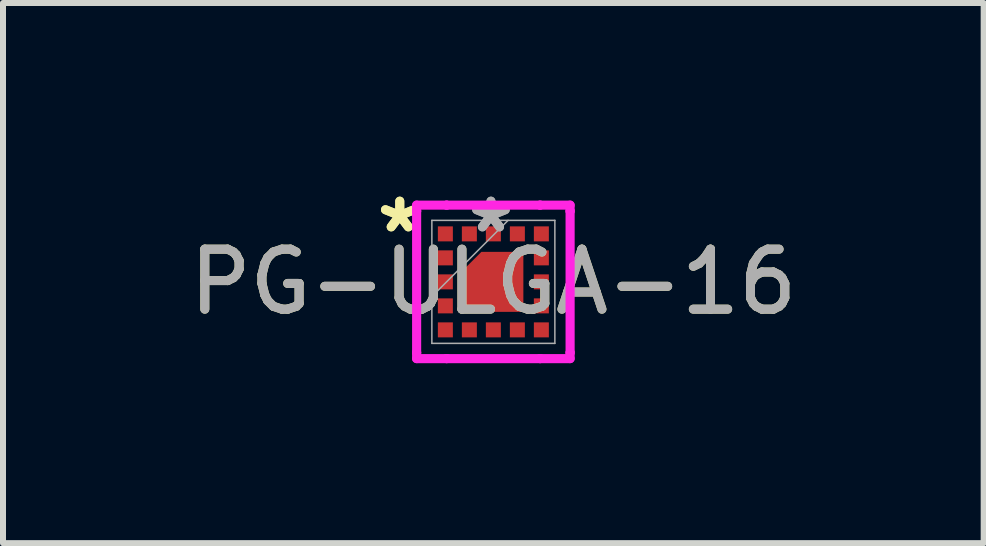
<source format=kicad_pcb>
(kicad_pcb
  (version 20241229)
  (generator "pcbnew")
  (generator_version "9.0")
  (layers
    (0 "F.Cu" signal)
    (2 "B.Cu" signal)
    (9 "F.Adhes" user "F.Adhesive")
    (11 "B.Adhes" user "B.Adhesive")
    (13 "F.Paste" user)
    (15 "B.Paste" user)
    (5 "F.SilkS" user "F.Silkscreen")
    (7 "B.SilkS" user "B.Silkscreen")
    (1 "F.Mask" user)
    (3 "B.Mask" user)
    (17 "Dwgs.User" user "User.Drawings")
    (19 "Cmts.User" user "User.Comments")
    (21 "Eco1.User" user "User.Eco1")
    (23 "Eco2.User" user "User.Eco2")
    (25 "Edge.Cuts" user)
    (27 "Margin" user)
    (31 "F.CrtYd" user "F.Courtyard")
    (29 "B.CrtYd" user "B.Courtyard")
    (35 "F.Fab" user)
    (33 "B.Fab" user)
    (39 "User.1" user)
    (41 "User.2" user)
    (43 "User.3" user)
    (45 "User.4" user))
  (footprint "PG-ULGA-16"
    (layer "F.Cu")
    (at 5.173 1.648)
    (property "Reference" "PG-ULGA-16" (at 0 0 0) (unlocked yes) (layer "F.SilkS") (effects (font (size 1 1) (thickness 0.15))))
    (attr smd)
    (fp_poly (pts (xy -0.5 -0.2) (xy -0.5 0.5) (xy 0.5 0.5) (xy 0.5 -0.5) (xy -0.2 -0.5)) (stroke (width 0) (type solid)) (fill yes) (layer "F.Cu"))
    (fp_poly (pts (xy -0.5 -0.2) (xy -0.5 0.5) (xy 0.5 0.5) (xy 0.5 -0.5) (xy -0.2 -0.5)) (stroke (width 0) (type solid)) (fill yes) (layer "F.Mask"))
    (fp_poly (pts (xy -0.425 -0.15) (xy -0.425 0.425) (xy 0.425 0.425) (xy 0.425 -0.425) (xy -0.15 -0.425)) (stroke (width 0) (type solid)) (fill yes) (layer "F.Paste"))
    (fp_poly (pts (xy -0.675 -0.8) (xy -0.677 -0.824) (xy -0.685 -0.848) (xy -0.696 -0.869) (xy -0.712 -0.888) (xy -0.731 -0.904) (xy -0.752 -0.915) (xy -0.776 -0.923) (xy -0.8 -0.925) (xy -0.824 -0.923) (xy -0.848 -0.915) (xy -0.869 -0.904) (xy -0.888 -0.888) (xy -0.904 -0.869) (xy -0.915 -0.848) (xy -0.923 -0.824) (xy -0.925 -0.8) (xy -0.923 -0.776) (xy -0.915 -0.752) (xy -0.904 -0.731) (xy -0.888 -0.712) (xy -0.869 -0.696) (xy -0.848 -0.685) (xy -0.824 -0.677) (xy -0.8 -0.675) (xy -0.776 -0.677) (xy -0.752 -0.685) (xy -0.731 -0.696) (xy -0.712 -0.712) (xy -0.696 -0.731) (xy -0.685 -0.752) (xy -0.677 -0.776)) (stroke (width 0) (type solid)) (fill yes) (layer "F.Paste"))
    (fp_poly (pts (xy -0.675 -0.4) (xy -0.677 -0.424) (xy -0.685 -0.448) (xy -0.696 -0.469) (xy -0.712 -0.488) (xy -0.731 -0.504) (xy -0.752 -0.515) (xy -0.776 -0.523) (xy -0.8 -0.525) (xy -0.824 -0.523) (xy -0.848 -0.515) (xy -0.869 -0.504) (xy -0.888 -0.488) (xy -0.904 -0.469) (xy -0.915 -0.448) (xy -0.923 -0.424) (xy -0.925 -0.4) (xy -0.923 -0.376) (xy -0.915 -0.352) (xy -0.904 -0.331) (xy -0.888 -0.312) (xy -0.869 -0.296) (xy -0.848 -0.285) (xy -0.824 -0.277) (xy -0.8 -0.275) (xy -0.776 -0.277) (xy -0.752 -0.285) (xy -0.731 -0.296) (xy -0.712 -0.312) (xy -0.696 -0.331) (xy -0.685 -0.352) (xy -0.677 -0.376)) (stroke (width 0) (type solid)) (fill yes) (layer "F.Paste"))
    (fp_poly (pts (xy -0.675 0) (xy -0.677 -0.024) (xy -0.685 -0.048) (xy -0.696 -0.069) (xy -0.712 -0.088) (xy -0.731 -0.104) (xy -0.752 -0.115) (xy -0.776 -0.123) (xy -0.8 -0.125) (xy -0.824 -0.123) (xy -0.848 -0.115) (xy -0.869 -0.104) (xy -0.888 -0.088) (xy -0.904 -0.069) (xy -0.915 -0.048) (xy -0.923 -0.024) (xy -0.925 0) (xy -0.923 0.024) (xy -0.915 0.048) (xy -0.904 0.069) (xy -0.888 0.088) (xy -0.869 0.104) (xy -0.848 0.115) (xy -0.824 0.123) (xy -0.8 0.125) (xy -0.776 0.123) (xy -0.752 0.115) (xy -0.731 0.104) (xy -0.712 0.088) (xy -0.696 0.069) (xy -0.685 0.048) (xy -0.677 0.024)) (stroke (width 0) (type solid)) (fill yes) (layer "F.Paste"))
    (fp_poly (pts (xy -0.675 0.4) (xy -0.677 0.376) (xy -0.685 0.352) (xy -0.696 0.331) (xy -0.712 0.312) (xy -0.731 0.296) (xy -0.752 0.285) (xy -0.776 0.277) (xy -0.8 0.275) (xy -0.824 0.277) (xy -0.848 0.285) (xy -0.869 0.296) (xy -0.888 0.312) (xy -0.904 0.331) (xy -0.915 0.352) (xy -0.923 0.376) (xy -0.925 0.4) (xy -0.923 0.424) (xy -0.915 0.448) (xy -0.904 0.469) (xy -0.888 0.488) (xy -0.869 0.504) (xy -0.848 0.515) (xy -0.824 0.523) (xy -0.8 0.525) (xy -0.776 0.523) (xy -0.752 0.515) (xy -0.731 0.504) (xy -0.712 0.488) (xy -0.696 0.469) (xy -0.685 0.448) (xy -0.677 0.424)) (stroke (width 0) (type solid)) (fill yes) (layer "F.Paste"))
    (fp_poly (pts (xy -0.675 0.8) (xy -0.677 0.776) (xy -0.685 0.752) (xy -0.696 0.731) (xy -0.712 0.712) (xy -0.731 0.696) (xy -0.752 0.685) (xy -0.776 0.677) (xy -0.8 0.675) (xy -0.824 0.677) (xy -0.848 0.685) (xy -0.869 0.696) (xy -0.888 0.712) (xy -0.904 0.731) (xy -0.915 0.752) (xy -0.923 0.776) (xy -0.925 0.8) (xy -0.923 0.824) (xy -0.915 0.848) (xy -0.904 0.869) (xy -0.888 0.888) (xy -0.869 0.904) (xy -0.848 0.915) (xy -0.824 0.923) (xy -0.8 0.925) (xy -0.776 0.923) (xy -0.752 0.915) (xy -0.731 0.904) (xy -0.712 0.888) (xy -0.696 0.869) (xy -0.685 0.848) (xy -0.677 0.824)) (stroke (width 0) (type solid)) (fill yes) (layer "F.Paste"))
    (fp_poly (pts (xy -0.275 -0.8) (xy -0.277 -0.824) (xy -0.285 -0.848) (xy -0.296 -0.869) (xy -0.312 -0.888) (xy -0.331 -0.904) (xy -0.352 -0.915) (xy -0.376 -0.923) (xy -0.4 -0.925) (xy -0.424 -0.923) (xy -0.448 -0.915) (xy -0.469 -0.904) (xy -0.488 -0.888) (xy -0.504 -0.869) (xy -0.515 -0.848) (xy -0.523 -0.824) (xy -0.525 -0.8) (xy -0.523 -0.776) (xy -0.515 -0.752) (xy -0.504 -0.731) (xy -0.488 -0.712) (xy -0.469 -0.696) (xy -0.448 -0.685) (xy -0.424 -0.677) (xy -0.4 -0.675) (xy -0.376 -0.677) (xy -0.352 -0.685) (xy -0.331 -0.696) (xy -0.312 -0.712) (xy -0.296 -0.731) (xy -0.285 -0.752) (xy -0.277 -0.776)) (stroke (width 0) (type solid)) (fill yes) (layer "F.Paste"))
    (fp_poly (pts (xy -0.275 0.8) (xy -0.277 0.776) (xy -0.285 0.752) (xy -0.296 0.731) (xy -0.312 0.712) (xy -0.331 0.696) (xy -0.352 0.685) (xy -0.376 0.677) (xy -0.4 0.675) (xy -0.424 0.677) (xy -0.448 0.685) (xy -0.469 0.696) (xy -0.488 0.712) (xy -0.504 0.731) (xy -0.515 0.752) (xy -0.523 0.776) (xy -0.525 0.8) (xy -0.523 0.824) (xy -0.515 0.848) (xy -0.504 0.869) (xy -0.488 0.888) (xy -0.469 0.904) (xy -0.448 0.915) (xy -0.424 0.923) (xy -0.4 0.925) (xy -0.376 0.923) (xy -0.352 0.915) (xy -0.331 0.904) (xy -0.312 0.888) (xy -0.296 0.869) (xy -0.285 0.848) (xy -0.277 0.824)) (stroke (width 0) (type solid)) (fill yes) (layer "F.Paste"))
    (fp_poly (pts (xy 0.125 -0.8) (xy 0.123 -0.824) (xy 0.115 -0.848) (xy 0.104 -0.869) (xy 0.088 -0.888) (xy 0.069 -0.904) (xy 0.048 -0.915) (xy 0.024 -0.923) (xy 0 -0.925) (xy -0.024 -0.923) (xy -0.048 -0.915) (xy -0.069 -0.904) (xy -0.088 -0.888) (xy -0.104 -0.869) (xy -0.115 -0.848) (xy -0.123 -0.824) (xy -0.125 -0.8) (xy -0.123 -0.776) (xy -0.115 -0.752) (xy -0.104 -0.731) (xy -0.088 -0.712) (xy -0.069 -0.696) (xy -0.048 -0.685) (xy -0.024 -0.677) (xy 0 -0.675) (xy 0.024 -0.677) (xy 0.048 -0.685) (xy 0.069 -0.696) (xy 0.088 -0.712) (xy 0.104 -0.731) (xy 0.115 -0.752) (xy 0.123 -0.776)) (stroke (width 0) (type solid)) (fill yes) (layer "F.Paste"))
    (fp_poly (pts (xy 0.125 0.8) (xy 0.123 0.776) (xy 0.115 0.752) (xy 0.104 0.731) (xy 0.088 0.712) (xy 0.069 0.696) (xy 0.048 0.685) (xy 0.024 0.677) (xy 0 0.675) (xy -0.024 0.677) (xy -0.048 0.685) (xy -0.069 0.696) (xy -0.088 0.712) (xy -0.104 0.731) (xy -0.115 0.752) (xy -0.123 0.776) (xy -0.125 0.8) (xy -0.123 0.824) (xy -0.115 0.848) (xy -0.104 0.869) (xy -0.088 0.888) (xy -0.069 0.904) (xy -0.048 0.915) (xy -0.024 0.923) (xy 0 0.925) (xy 0.024 0.923) (xy 0.048 0.915) (xy 0.069 0.904) (xy 0.088 0.888) (xy 0.104 0.869) (xy 0.115 0.848) (xy 0.123 0.824)) (stroke (width 0) (type solid)) (fill yes) (layer "F.Paste"))
    (fp_poly (pts (xy 0.525 -0.8) (xy 0.523 -0.824) (xy 0.515 -0.848) (xy 0.504 -0.869) (xy 0.488 -0.888) (xy 0.469 -0.904) (xy 0.448 -0.915) (xy 0.424 -0.923) (xy 0.4 -0.925) (xy 0.376 -0.923) (xy 0.352 -0.915) (xy 0.331 -0.904) (xy 0.312 -0.888) (xy 0.296 -0.869) (xy 0.285 -0.848) (xy 0.277 -0.824) (xy 0.275 -0.8) (xy 0.277 -0.776) (xy 0.285 -0.752) (xy 0.296 -0.731) (xy 0.312 -0.712) (xy 0.331 -0.696) (xy 0.352 -0.685) (xy 0.376 -0.677) (xy 0.4 -0.675) (xy 0.424 -0.677) (xy 0.448 -0.685) (xy 0.469 -0.696) (xy 0.488 -0.712) (xy 0.504 -0.731) (xy 0.515 -0.752) (xy 0.523 -0.776)) (stroke (width 0) (type solid)) (fill yes) (layer "F.Paste"))
    (fp_poly (pts (xy 0.525 0.8) (xy 0.523 0.776) (xy 0.515 0.752) (xy 0.504 0.731) (xy 0.488 0.712) (xy 0.469 0.696) (xy 0.448 0.685) (xy 0.424 0.677) (xy 0.4 0.675) (xy 0.376 0.677) (xy 0.352 0.685) (xy 0.331 0.696) (xy 0.312 0.712) (xy 0.296 0.731) (xy 0.285 0.752) (xy 0.277 0.776) (xy 0.275 0.8) (xy 0.277 0.824) (xy 0.285 0.848) (xy 0.296 0.869) (xy 0.312 0.888) (xy 0.331 0.904) (xy 0.352 0.915) (xy 0.376 0.923) (xy 0.4 0.925) (xy 0.424 0.923) (xy 0.448 0.915) (xy 0.469 0.904) (xy 0.488 0.888) (xy 0.504 0.869) (xy 0.515 0.848) (xy 0.523 0.824)) (stroke (width 0) (type solid)) (fill yes) (layer "F.Paste"))
    (fp_poly (pts (xy 0.925 -0.8) (xy 0.923 -0.824) (xy 0.915 -0.848) (xy 0.904 -0.869) (xy 0.888 -0.888) (xy 0.869 -0.904) (xy 0.848 -0.915) (xy 0.824 -0.923) (xy 0.8 -0.925) (xy 0.776 -0.923) (xy 0.752 -0.915) (xy 0.731 -0.904) (xy 0.712 -0.888) (xy 0.696 -0.869) (xy 0.685 -0.848) (xy 0.677 -0.824) (xy 0.675 -0.8) (xy 0.677 -0.776) (xy 0.685 -0.752) (xy 0.696 -0.731) (xy 0.712 -0.712) (xy 0.731 -0.696) (xy 0.752 -0.685) (xy 0.776 -0.677) (xy 0.8 -0.675) (xy 0.824 -0.677) (xy 0.848 -0.685) (xy 0.869 -0.696) (xy 0.888 -0.712) (xy 0.904 -0.731) (xy 0.915 -0.752) (xy 0.923 -0.776)) (stroke (width 0) (type solid)) (fill yes) (layer "F.Paste"))
    (fp_poly (pts (xy 0.925 -0.4) (xy 0.923 -0.424) (xy 0.915 -0.448) (xy 0.904 -0.469) (xy 0.888 -0.488) (xy 0.869 -0.504) (xy 0.848 -0.515) (xy 0.824 -0.523) (xy 0.8 -0.525) (xy 0.776 -0.523) (xy 0.752 -0.515) (xy 0.731 -0.504) (xy 0.712 -0.488) (xy 0.696 -0.469) (xy 0.685 -0.448) (xy 0.677 -0.424) (xy 0.675 -0.4) (xy 0.677 -0.376) (xy 0.685 -0.352) (xy 0.696 -0.331) (xy 0.712 -0.312) (xy 0.731 -0.296) (xy 0.752 -0.285) (xy 0.776 -0.277) (xy 0.8 -0.275) (xy 0.824 -0.277) (xy 0.848 -0.285) (xy 0.869 -0.296) (xy 0.888 -0.312) (xy 0.904 -0.331) (xy 0.915 -0.352) (xy 0.923 -0.376)) (stroke (width 0) (type solid)) (fill yes) (layer "F.Paste"))
    (fp_poly (pts (xy 0.925 0) (xy 0.923 -0.024) (xy 0.915 -0.048) (xy 0.904 -0.069) (xy 0.888 -0.088) (xy 0.869 -0.104) (xy 0.848 -0.115) (xy 0.824 -0.123) (xy 0.8 -0.125) (xy 0.776 -0.123) (xy 0.752 -0.115) (xy 0.731 -0.104) (xy 0.712 -0.088) (xy 0.696 -0.069) (xy 0.685 -0.048) (xy 0.677 -0.024) (xy 0.675 0) (xy 0.677 0.024) (xy 0.685 0.048) (xy 0.696 0.069) (xy 0.712 0.088) (xy 0.731 0.104) (xy 0.752 0.115) (xy 0.776 0.123) (xy 0.8 0.125) (xy 0.824 0.123) (xy 0.848 0.115) (xy 0.869 0.104) (xy 0.888 0.088) (xy 0.904 0.069) (xy 0.915 0.048) (xy 0.923 0.024)) (stroke (width 0) (type solid)) (fill yes) (layer "F.Paste"))
    (fp_poly (pts (xy 0.925 0.4) (xy 0.923 0.376) (xy 0.915 0.352) (xy 0.904 0.331) (xy 0.888 0.312) (xy 0.869 0.296) (xy 0.848 0.285) (xy 0.824 0.277) (xy 0.8 0.275) (xy 0.776 0.277) (xy 0.752 0.285) (xy 0.731 0.296) (xy 0.712 0.312) (xy 0.696 0.331) (xy 0.685 0.352) (xy 0.677 0.376) (xy 0.675 0.4) (xy 0.677 0.424) (xy 0.685 0.448) (xy 0.696 0.469) (xy 0.712 0.488) (xy 0.731 0.504) (xy 0.752 0.515) (xy 0.776 0.523) (xy 0.8 0.525) (xy 0.824 0.523) (xy 0.848 0.515) (xy 0.869 0.504) (xy 0.888 0.488) (xy 0.904 0.469) (xy 0.915 0.448) (xy 0.923 0.424)) (stroke (width 0) (type solid)) (fill yes) (layer "F.Paste"))
    (fp_poly (pts (xy 0.925 0.8) (xy 0.923 0.776) (xy 0.915 0.752) (xy 0.904 0.731) (xy 0.888 0.712) (xy 0.869 0.696) (xy 0.848 0.685) (xy 0.824 0.677) (xy 0.8 0.675) (xy 0.776 0.677) (xy 0.752 0.685) (xy 0.731 0.696) (xy 0.712 0.712) (xy 0.696 0.731) (xy 0.685 0.752) (xy 0.677 0.776) (xy 0.675 0.8) (xy 0.677 0.824) (xy 0.685 0.848) (xy 0.696 0.869) (xy 0.712 0.888) (xy 0.731 0.904) (xy 0.752 0.915) (xy 0.776 0.923) (xy 0.8 0.925) (xy 0.824 0.923) (xy 0.848 0.915) (xy 0.869 0.904) (xy 0.888 0.888) (xy 0.904 0.869) (xy 0.915 0.848) (xy 0.923 0.824)) (stroke (width 0) (type solid)) (fill yes) (layer "F.Paste"))
    (fp_line (start -1.279 -1.279) (end -0.779 -1.279) (stroke (width 0.152) (type solid)) (layer "F.CrtYd"))
    (fp_line (start -1.279 -1.179) (end -1.279 -1.279) (stroke (width 0.152) (type solid)) (layer "F.CrtYd"))
    (fp_line (start -1.279 -1.179) (end -1.279 -1.179) (stroke (width 0.152) (type solid)) (layer "F.CrtYd"))
    (fp_line (start -1.279 1.179) (end -1.279 -1.179) (stroke (width 0.152) (type solid)) (layer "F.CrtYd"))
    (fp_line (start -1.279 1.179) (end -1.279 1.179) (stroke (width 0.152) (type solid)) (layer "F.CrtYd"))
    (fp_line (start -1.279 1.279) (end -1.279 1.179) (stroke (width 0.152) (type solid)) (layer "F.CrtYd"))
    (fp_line (start -0.779 -1.279) (end -0.779 -1.279) (stroke (width 0.152) (type solid)) (layer "F.CrtYd"))
    (fp_line (start -0.779 -1.279) (end 0.779 -1.279) (stroke (width 0.152) (type solid)) (layer "F.CrtYd"))
    (fp_line (start -0.779 1.279) (end -1.279 1.279) (stroke (width 0.152) (type solid)) (layer "F.CrtYd"))
    (fp_line (start -0.779 1.279) (end -0.779 1.279) (stroke (width 0.152) (type solid)) (layer "F.CrtYd"))
    (fp_line (start 0.779 -1.279) (end 0.779 -1.279) (stroke (width 0.152) (type solid)) (layer "F.CrtYd"))
    (fp_line (start 0.779 -1.279) (end 1.279 -1.279) (stroke (width 0.152) (type solid)) (layer "F.CrtYd"))
    (fp_line (start 0.779 1.279) (end -0.779 1.279) (stroke (width 0.152) (type solid)) (layer "F.CrtYd"))
    (fp_line (start 0.779 1.279) (end 0.779 1.279) (stroke (width 0.152) (type solid)) (layer "F.CrtYd"))
    (fp_line (start 1.279 -1.279) (end 1.279 -1.179) (stroke (width 0.152) (type solid)) (layer "F.CrtYd"))
    (fp_line (start 1.279 -1.179) (end 1.279 -1.179) (stroke (width 0.152) (type solid)) (layer "F.CrtYd"))
    (fp_line (start 1.279 -1.179) (end 1.279 1.179) (stroke (width 0.152) (type solid)) (layer "F.CrtYd"))
    (fp_line (start 1.279 1.179) (end 1.279 1.179) (stroke (width 0.152) (type solid)) (layer "F.CrtYd"))
    (fp_line (start 1.279 1.179) (end 1.279 1.279) (stroke (width 0.152) (type solid)) (layer "F.CrtYd"))
    (fp_line (start 1.279 1.279) (end 0.779 1.279) (stroke (width 0.152) (type solid)) (layer "F.CrtYd"))
    (fp_line (start -1.025 -1.025) (end -1.025 1.025) (stroke (width 0.025) (type solid)) (layer "F.Fab"))
    (fp_line (start -1.025 0.245) (end 0.245 -1.025) (stroke (width 0.025) (type solid)) (layer "F.Fab"))
    (fp_line (start -1.025 1.025) (end 1.025 1.025) (stroke (width 0.025) (type solid)) (layer "F.Fab"))
    (fp_line (start 1.025 -1.025) (end -1.025 -1.025) (stroke (width 0.025) (type solid)) (layer "F.Fab"))
    (fp_line (start 1.025 1.025) (end 1.025 -1.025) (stroke (width 0.025) (type solid)) (layer "F.Fab"))
    (fp_text user "*" (at -1.56 -0.8 0) (layer "F.SilkS") (effects (font (size 1 1) (thickness 0.15))))
    (fp_text user "*" (at -1.56 -0.8 0) (unlocked yes) (layer "F.SilkS") (effects (font (size 1 1) (thickness 0.15))))
    (fp_text user "${REFERENCE}" (at 0 0 0) (unlocked yes) (layer "F.Fab") (effects (font (size 1 1) (thickness 0.15))))
    (fp_text user "*" (at -0.04 -0.8 0) (layer "F.Fab") (effects (font (size 1 1) (thickness 0.15))))
    (fp_text user "*" (at -0.04 -0.8 0) (unlocked yes) (layer "F.Fab") (effects (font (size 1 1) (thickness 0.15))))
    (pad "1" smd rect (at -0.8 -0.8) (size 0.25 0.25) (layers "F.Cu" "F.Mask"))
    (pad "2" smd rect (at -0.8 -0.4) (size 0.25 0.25) (layers "F.Cu" "F.Mask"))
    (pad "3" smd rect (at -0.8 0) (size 0.25 0.25) (layers "F.Cu" "F.Mask"))
    (pad "4" smd rect (at -0.8 0.4) (size 0.25 0.25) (layers "F.Cu" "F.Mask"))
    (pad "5" smd rect (at -0.8 0.8) (size 0.25 0.25) (layers "F.Cu" "F.Mask"))
    (pad "6" smd rect (at -0.4 0.8 90) (size 0.25 0.25) (layers "F.Cu" "F.Mask"))
    (pad "7" smd rect (at 0 0.8 90) (size 0.25 0.25) (layers "F.Cu" "F.Mask"))
    (pad "8" smd rect (at 0.4 0.8 90) (size 0.25 0.25) (layers "F.Cu" "F.Mask"))
    (pad "9" smd rect (at 0.8 0.8) (size 0.25 0.25) (layers "F.Cu" "F.Mask"))
    (pad "10" smd rect (at 0.8 0.4) (size 0.25 0.25) (layers "F.Cu" "F.Mask"))
    (pad "11" smd rect (at 0.8 0) (size 0.25 0.25) (layers "F.Cu" "F.Mask"))
    (pad "12" smd rect (at 0.8 -0.4) (size 0.25 0.25) (layers "F.Cu" "F.Mask"))
    (pad "13" smd rect (at 0.8 -0.8) (size 0.25 0.25) (layers "F.Cu" "F.Mask"))
    (pad "14" smd rect (at 0.4 -0.8 90) (size 0.25 0.25) (layers "F.Cu" "F.Mask"))
    (pad "15" smd rect (at 0 -0.8 90) (size 0.25 0.25) (layers "F.Cu" "F.Mask"))
    (pad "16" smd rect (at -0.4 -0.8 90) (size 0.25 0.25) (layers "F.Cu" "F.Mask"))
    (pad "17" smd rect (at 0 0) (size 0.127 0.127) (layers "F.Cu" "F.Mask" "F.Paste")))
  (gr_rect
    (start -3 -3)
    (end 13.345 6.003)
    (stroke (width 0.1) (type default))
    (fill no)
    (layer "Edge.Cuts")))
</source>
